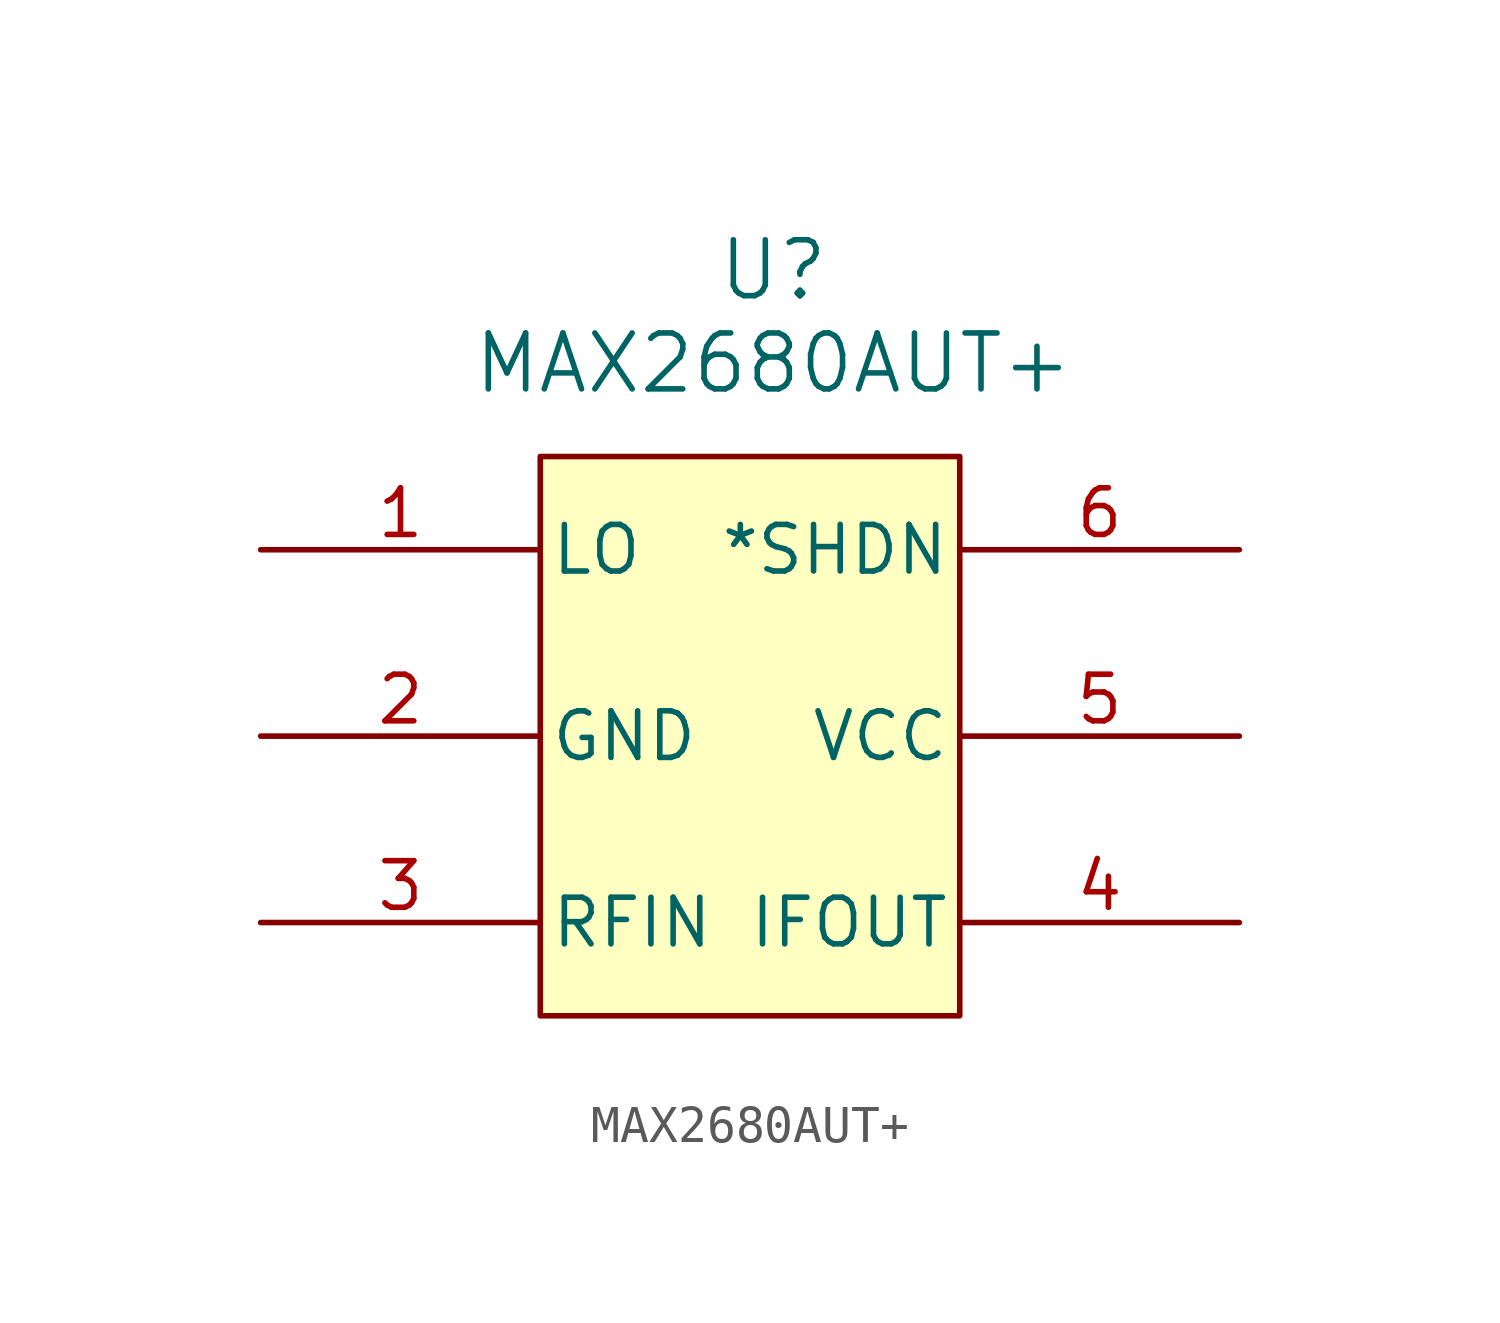
<source format=kicad_sym>
(kicad_symbol_lib
  (version 20220914)
  (generator kicad_symbol_editor)
  (symbol "MAX2680AUT+"
    (pin_names
      (offset 0.254))
    (property "Reference" "U"
      (at 30.48 10.16 0)
      (effects (font (size 1.524 1.524))))
    (property "Value" "MAX2680AUT+"
      (at 30.48 7.62 0)
      (effects (font (size 1.524 1.524))))
    (property "ki_locked" ""
      (at 0 0 0)
      (effects (font (size 1.27 1.27))))
    (symbol "MAX2680AUT+_0_1"
      (pin power_in line (at 16.51 -2.54 0) (length 7.62) (name "GND" (effects (font (size 1.27 1.27)))) (number "2" (effects (font (size 1.27 1.27)))))
      (pin input line (at 16.51 -7.62 0) (length 7.62) (name "RFIN" (effects (font (size 1.27 1.27)))) (number "3" (effects (font (size 1.27 1.27)))))
      (pin output line (at 43.18 -7.62 180) (length 7.62) (name "IFOUT" (effects (font (size 1.27 1.27)))) (number "4" (effects (font (size 1.27 1.27)))))
      (pin power_in line (at 43.18 -2.54 180) (length 7.62) (name "VCC" (effects (font (size 1.27 1.27)))) (number "5" (effects (font (size 1.27 1.27))))))
    (symbol "MAX2680AUT+_1_1"
      (rectangle (start 24.13 5.08) (end 35.56 -10.16) (stroke (width 0) (type default)) (fill (type background)))
      (pin input line (at 16.51 2.54 0) (length 7.62) (name "LO" (effects (font (size 1.27 1.27)))) (number "1" (effects (font (size 1.27 1.27)))))
      (pin input line (at 43.18 2.54 180) (length 7.62) (name "*SHDN" (effects (font (size 1.27 1.27)))) (number "6" (effects (font (size 1.27 1.27))))))))
</source>
